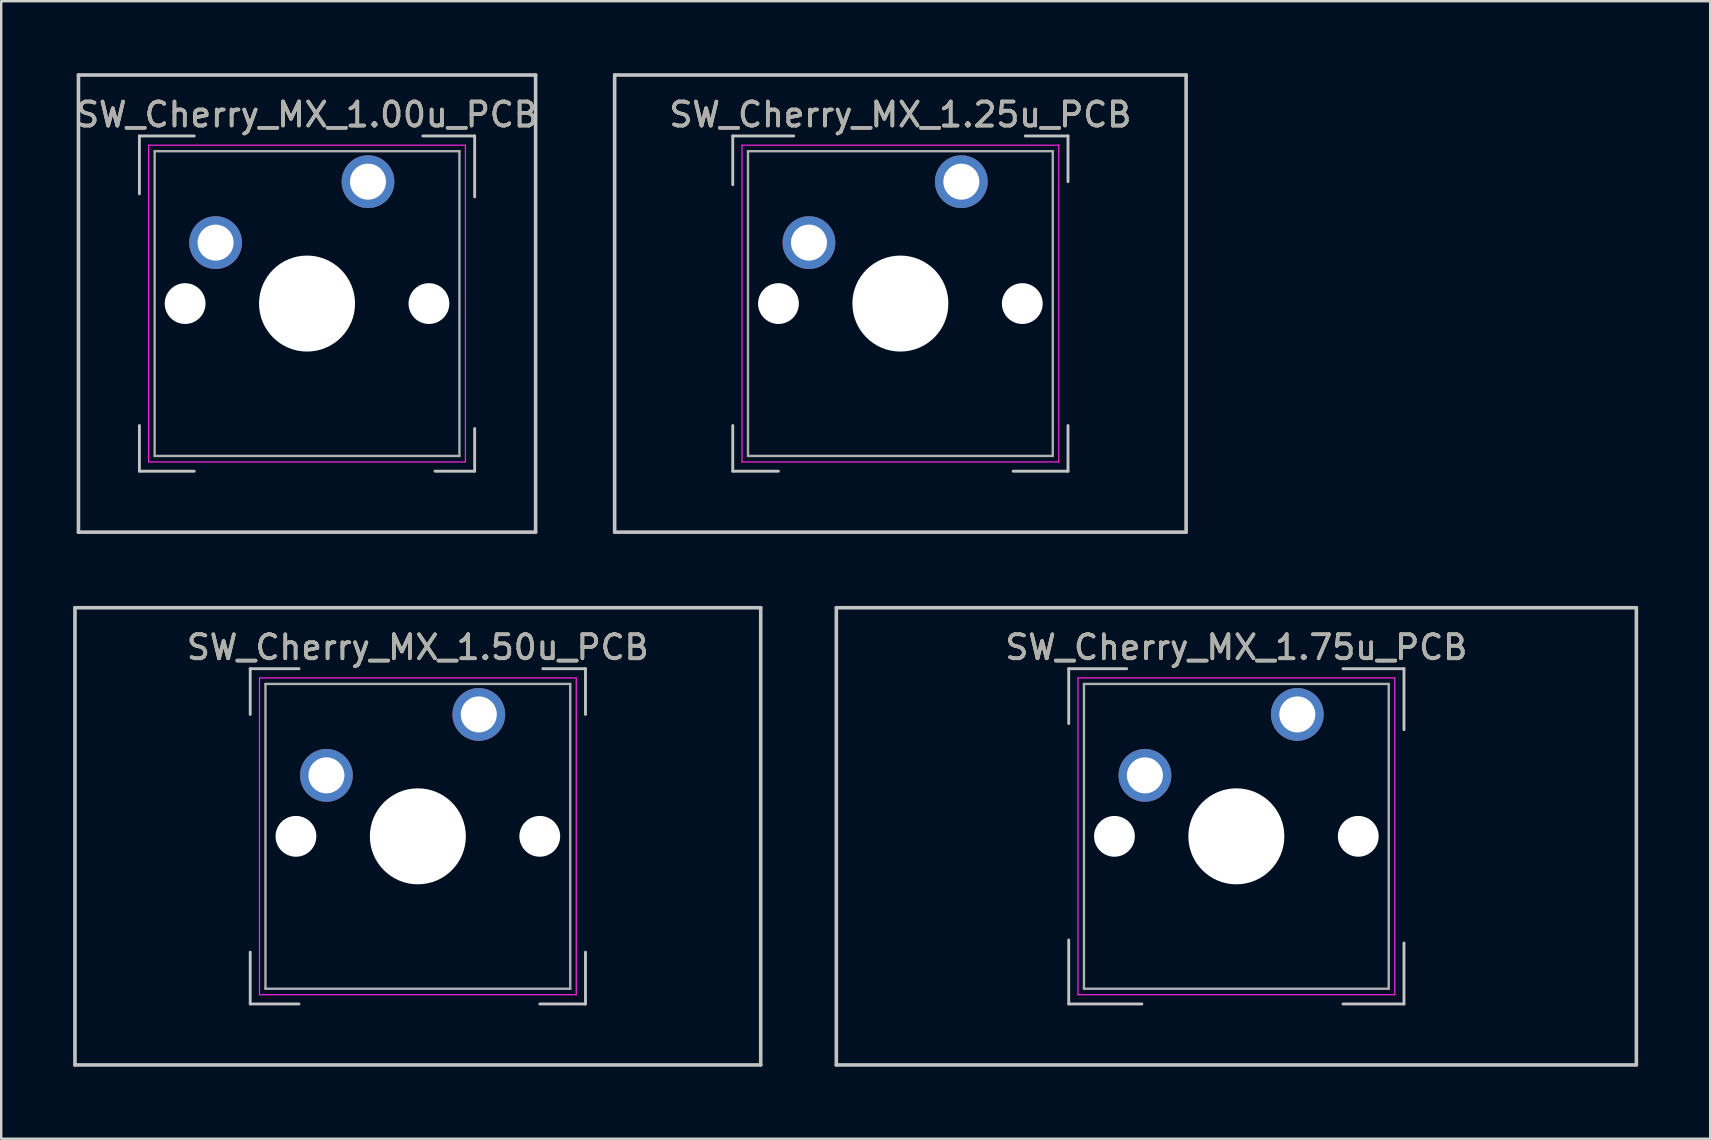
<source format=kicad_pcb>
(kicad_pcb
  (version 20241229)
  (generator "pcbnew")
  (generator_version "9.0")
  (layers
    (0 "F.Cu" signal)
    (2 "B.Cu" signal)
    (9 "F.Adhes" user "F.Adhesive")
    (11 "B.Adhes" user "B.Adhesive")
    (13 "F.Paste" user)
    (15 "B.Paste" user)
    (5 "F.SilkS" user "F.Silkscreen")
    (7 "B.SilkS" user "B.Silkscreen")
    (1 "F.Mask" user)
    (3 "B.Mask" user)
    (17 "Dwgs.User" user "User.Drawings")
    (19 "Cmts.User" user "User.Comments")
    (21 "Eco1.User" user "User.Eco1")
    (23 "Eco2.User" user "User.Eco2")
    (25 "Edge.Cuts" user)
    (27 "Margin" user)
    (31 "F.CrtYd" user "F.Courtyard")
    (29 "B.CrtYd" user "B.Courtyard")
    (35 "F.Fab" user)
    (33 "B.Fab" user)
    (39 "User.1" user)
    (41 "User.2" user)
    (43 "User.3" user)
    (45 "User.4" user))
  (footprint "SW_Cherry_MX_1.25u_PCB"
    (layer "F.Cu")
    (at 37.009 4.52)
    (property "Reference" "SW_Cherry_MX_1.25u_PCB" (at -2.54 -2.794 0) (layer "F.SilkS") (effects (font (size 1 1) (thickness 0.15))))
    (attr through_hole)
    (fp_line (start -14.446 -4.445) (end 9.366 -4.445) (stroke (width 0.15) (type solid)) (layer "Dwgs.User"))
    (fp_line (start -14.446 14.605) (end -14.446 -4.445) (stroke (width 0.15) (type solid)) (layer "Dwgs.User"))
    (fp_line (start -9.525 -1.905) (end -6.985 -1.905) (stroke (width 0.12) (type solid)) (layer "Dwgs.User"))
    (fp_line (start -9.525 0.127) (end -9.525 -1.905) (stroke (width 0.12) (type solid)) (layer "Dwgs.User"))
    (fp_line (start -9.525 12.065) (end -9.525 10.16) (stroke (width 0.12) (type solid)) (layer "Dwgs.User"))
    (fp_line (start -7.62 12.065) (end -9.525 12.065) (stroke (width 0.12) (type solid)) (layer "Dwgs.User"))
    (fp_line (start 4.445 -1.905) (end 2.667 -1.905) (stroke (width 0.12) (type solid)) (layer "Dwgs.User"))
    (fp_line (start 4.445 -1.905) (end 4.445 0) (stroke (width 0.12) (type solid)) (layer "Dwgs.User"))
    (fp_line (start 4.445 12.065) (end 2.159 12.065) (stroke (width 0.12) (type solid)) (layer "Dwgs.User"))
    (fp_line (start 4.445 12.065) (end 4.445 10.16) (stroke (width 0.12) (type solid)) (layer "Dwgs.User"))
    (fp_line (start 9.366 -4.445) (end 9.366 14.605) (stroke (width 0.15) (type solid)) (layer "Dwgs.User"))
    (fp_line (start 9.366 14.605) (end -14.446 14.605) (stroke (width 0.15) (type solid)) (layer "Dwgs.User"))
    (fp_line (start -9.14 -1.52) (end 4.06 -1.52) (stroke (width 0.05) (type solid)) (layer "F.CrtYd"))
    (fp_line (start -9.14 11.68) (end -9.14 -1.52) (stroke (width 0.05) (type solid)) (layer "F.CrtYd"))
    (fp_line (start 4.06 -1.52) (end 4.06 11.68) (stroke (width 0.05) (type solid)) (layer "F.CrtYd"))
    (fp_line (start 4.06 11.68) (end -9.14 11.68) (stroke (width 0.05) (type solid)) (layer "F.CrtYd"))
    (fp_line (start -8.89 -1.27) (end 3.81 -1.27) (stroke (width 0.1) (type solid)) (layer "F.Fab"))
    (fp_line (start -8.89 11.43) (end -8.89 -1.27) (stroke (width 0.1) (type solid)) (layer "F.Fab"))
    (fp_line (start 3.81 -1.27) (end 3.81 11.43) (stroke (width 0.1) (type solid)) (layer "F.Fab"))
    (fp_line (start 3.81 11.43) (end -8.89 11.43) (stroke (width 0.1) (type solid)) (layer "F.Fab"))
    (fp_text user "${REFERENCE}" (at -2.54 -2.794 0) (layer "F.Fab") (effects (font (size 1 1) (thickness 0.15))))
    (pad "" np_thru_hole circle (at -7.62 5.08) (size 1.7 1.7) (drill 1.7) (layers "*.Cu" "*.Mask"))
    (pad "" np_thru_hole circle (at -2.54 5.08) (size 4 4) (drill 4) (layers "*.Cu" "*.Mask"))
    (pad "" np_thru_hole circle (at 2.54 5.08) (size 1.7 1.7) (drill 1.7) (layers "*.Cu" "*.Mask"))
    (pad "1" thru_hole circle (at -6.35 2.54) (size 2.2 2.2) (drill 1.5) (layers "*.Cu" "*.Mask"))
    (pad "2" thru_hole circle (at 0 0) (size 2.2 2.2) (drill 1.5) (layers "*.Cu" "*.Mask")))
  (footprint "SW_Cherry_MX_1.00u_PCB"
    (layer "F.Cu")
    (at 12.284 4.52)
    (property "Reference" "SW_Cherry_MX_1.00u_PCB" (at -2.54 -2.794 0) (layer "F.SilkS") (effects (font (size 1 1) (thickness 0.15))))
    (attr through_hole)
    (fp_line (start -12.065 -4.445) (end 6.985 -4.445) (stroke (width 0.15) (type solid)) (layer "Dwgs.User"))
    (fp_line (start -12.065 14.605) (end -12.065 -4.445) (stroke (width 0.15) (type solid)) (layer "Dwgs.User"))
    (fp_line (start -9.525 -1.905) (end -7.239 -1.905) (stroke (width 0.12) (type solid)) (layer "Dwgs.User"))
    (fp_line (start -9.525 0.508) (end -9.525 -1.905) (stroke (width 0.12) (type solid)) (layer "Dwgs.User"))
    (fp_line (start -9.525 12.065) (end -9.525 10.16) (stroke (width 0.12) (type solid)) (layer "Dwgs.User"))
    (fp_line (start -9.525 12.065) (end -7.239 12.065) (stroke (width 0.12) (type solid)) (layer "Dwgs.User"))
    (fp_line (start 2.286 -1.905) (end 4.445 -1.905) (stroke (width 0.12) (type solid)) (layer "Dwgs.User"))
    (fp_line (start 4.445 -1.905) (end 4.445 0.635) (stroke (width 0.12) (type solid)) (layer "Dwgs.User"))
    (fp_line (start 4.445 10.287) (end 4.445 12.065) (stroke (width 0.12) (type solid)) (layer "Dwgs.User"))
    (fp_line (start 4.445 12.065) (end 2.794 12.065) (stroke (width 0.12) (type solid)) (layer "Dwgs.User"))
    (fp_line (start 6.985 -4.445) (end 6.985 14.605) (stroke (width 0.15) (type solid)) (layer "Dwgs.User"))
    (fp_line (start 6.985 14.605) (end -12.065 14.605) (stroke (width 0.15) (type solid)) (layer "Dwgs.User"))
    (fp_line (start -9.14 -1.52) (end 4.06 -1.52) (stroke (width 0.05) (type solid)) (layer "F.CrtYd"))
    (fp_line (start -9.14 11.68) (end -9.14 -1.52) (stroke (width 0.05) (type solid)) (layer "F.CrtYd"))
    (fp_line (start 4.06 -1.52) (end 4.06 11.68) (stroke (width 0.05) (type solid)) (layer "F.CrtYd"))
    (fp_line (start 4.06 11.68) (end -9.14 11.68) (stroke (width 0.05) (type solid)) (layer "F.CrtYd"))
    (fp_line (start -8.89 -1.27) (end 3.81 -1.27) (stroke (width 0.1) (type solid)) (layer "F.Fab"))
    (fp_line (start -8.89 11.43) (end -8.89 -1.27) (stroke (width 0.1) (type solid)) (layer "F.Fab"))
    (fp_line (start 3.81 -1.27) (end 3.81 11.43) (stroke (width 0.1) (type solid)) (layer "F.Fab"))
    (fp_line (start 3.81 11.43) (end -8.89 11.43) (stroke (width 0.1) (type solid)) (layer "F.Fab"))
    (fp_text user "${REFERENCE}" (at -2.54 -2.794 0) (layer "F.Fab") (effects (font (size 1 1) (thickness 0.15))))
    (pad "" np_thru_hole circle (at -7.62 5.08) (size 1.7 1.7) (drill 1.7) (layers "*.Cu" "*.Mask"))
    (pad "" np_thru_hole circle (at -2.54 5.08) (size 4 4) (drill 4) (layers "*.Cu" "*.Mask"))
    (pad "" np_thru_hole circle (at 2.54 5.08) (size 1.7 1.7) (drill 1.7) (layers "*.Cu" "*.Mask"))
    (pad "1" thru_hole circle (at -6.35 2.54) (size 2.2 2.2) (drill 1.5) (layers "*.Cu" "*.Mask"))
    (pad "2" thru_hole circle (at 0 0) (size 2.2 2.2) (drill 1.5) (layers "*.Cu" "*.Mask")))
  (footprint "SW_Cherry_MX_1.50u_PCB"
    (layer "F.Cu")
    (at 16.902 26.72)
    (property "Reference" "SW_Cherry_MX_1.50u_PCB" (at -2.54 -2.794 0) (layer "F.SilkS") (effects (font (size 1 1) (thickness 0.15))))
    (attr through_hole)
    (fp_line (start -16.828 -4.445) (end 11.748 -4.445) (stroke (width 0.15) (type solid)) (layer "Dwgs.User"))
    (fp_line (start -16.828 14.605) (end -16.828 -4.445) (stroke (width 0.15) (type solid)) (layer "Dwgs.User"))
    (fp_line (start -9.525 -1.905) (end -9.525 0) (stroke (width 0.12) (type solid)) (layer "Dwgs.User"))
    (fp_line (start -9.525 -1.905) (end -7.493 -1.905) (stroke (width 0.12) (type solid)) (layer "Dwgs.User"))
    (fp_line (start -9.525 12.065) (end -9.525 9.906) (stroke (width 0.12) (type solid)) (layer "Dwgs.User"))
    (fp_line (start -7.493 12.065) (end -9.525 12.065) (stroke (width 0.12) (type solid)) (layer "Dwgs.User"))
    (fp_line (start 4.445 -1.905) (end 2.667 -1.905) (stroke (width 0.12) (type solid)) (layer "Dwgs.User"))
    (fp_line (start 4.445 -1.905) (end 4.445 0) (stroke (width 0.12) (type solid)) (layer "Dwgs.User"))
    (fp_line (start 4.445 9.906) (end 4.445 12.065) (stroke (width 0.12) (type solid)) (layer "Dwgs.User"))
    (fp_line (start 4.445 12.065) (end 2.54 12.065) (stroke (width 0.12) (type solid)) (layer "Dwgs.User"))
    (fp_line (start 11.748 -4.445) (end 11.748 14.605) (stroke (width 0.15) (type solid)) (layer "Dwgs.User"))
    (fp_line (start 11.748 14.605) (end -16.828 14.605) (stroke (width 0.15) (type solid)) (layer "Dwgs.User"))
    (fp_line (start -9.14 -1.52) (end 4.06 -1.52) (stroke (width 0.05) (type solid)) (layer "F.CrtYd"))
    (fp_line (start -9.14 11.68) (end -9.14 -1.52) (stroke (width 0.05) (type solid)) (layer "F.CrtYd"))
    (fp_line (start 4.06 -1.52) (end 4.06 11.68) (stroke (width 0.05) (type solid)) (layer "F.CrtYd"))
    (fp_line (start 4.06 11.68) (end -9.14 11.68) (stroke (width 0.05) (type solid)) (layer "F.CrtYd"))
    (fp_line (start -8.89 -1.27) (end 3.81 -1.27) (stroke (width 0.1) (type solid)) (layer "F.Fab"))
    (fp_line (start -8.89 11.43) (end -8.89 -1.27) (stroke (width 0.1) (type solid)) (layer "F.Fab"))
    (fp_line (start 3.81 -1.27) (end 3.81 11.43) (stroke (width 0.1) (type solid)) (layer "F.Fab"))
    (fp_line (start 3.81 11.43) (end -8.89 11.43) (stroke (width 0.1) (type solid)) (layer "F.Fab"))
    (fp_text user "${REFERENCE}" (at -2.54 -2.794 0) (layer "F.Fab") (effects (font (size 1 1) (thickness 0.15))))
    (pad "" np_thru_hole circle (at -7.62 5.08) (size 1.7 1.7) (drill 1.7) (layers "*.Cu" "*.Mask"))
    (pad "" np_thru_hole circle (at -2.54 5.08) (size 4 4) (drill 4) (layers "*.Cu" "*.Mask"))
    (pad "" np_thru_hole circle (at 2.54 5.08) (size 1.7 1.7) (drill 1.7) (layers "*.Cu" "*.Mask"))
    (pad "1" thru_hole circle (at -6.35 2.54) (size 2.2 2.2) (drill 1.5) (layers "*.Cu" "*.Mask"))
    (pad "2" thru_hole circle (at 0 0) (size 2.2 2.2) (drill 1.5) (layers "*.Cu" "*.Mask")))
  (footprint "SW_Cherry_MX_1.75u_PCB"
    (layer "F.Cu")
    (at 51.009 26.72)
    (property "Reference" "SW_Cherry_MX_1.75u_PCB" (at -2.54 -2.794 0) (layer "F.SilkS") (effects (font (size 1 1) (thickness 0.15))))
    (attr through_hole)
    (fp_line (start -19.209 -4.445) (end 14.129 -4.445) (stroke (width 0.15) (type solid)) (layer "Dwgs.User"))
    (fp_line (start -19.209 14.605) (end -19.209 -4.445) (stroke (width 0.15) (type solid)) (layer "Dwgs.User"))
    (fp_line (start -9.525 -1.905) (end -7.112 -1.905) (stroke (width 0.12) (type solid)) (layer "Dwgs.User"))
    (fp_line (start -9.525 0.381) (end -9.525 -1.905) (stroke (width 0.12) (type solid)) (layer "Dwgs.User"))
    (fp_line (start -9.525 12.065) (end -9.525 9.398) (stroke (width 0.12) (type solid)) (layer "Dwgs.User"))
    (fp_line (start -6.477 12.065) (end -9.525 12.065) (stroke (width 0.12) (type solid)) (layer "Dwgs.User"))
    (fp_line (start 4.445 -1.905) (end 1.905 -1.905) (stroke (width 0.12) (type solid)) (layer "Dwgs.User"))
    (fp_line (start 4.445 -1.905) (end 4.445 0.635) (stroke (width 0.12) (type solid)) (layer "Dwgs.User"))
    (fp_line (start 4.445 9.525) (end 4.445 12.065) (stroke (width 0.12) (type solid)) (layer "Dwgs.User"))
    (fp_line (start 4.445 12.065) (end 1.905 12.065) (stroke (width 0.12) (type solid)) (layer "Dwgs.User"))
    (fp_line (start 14.129 -4.445) (end 14.129 14.605) (stroke (width 0.15) (type solid)) (layer "Dwgs.User"))
    (fp_line (start 14.129 14.605) (end -19.209 14.605) (stroke (width 0.15) (type solid)) (layer "Dwgs.User"))
    (fp_line (start -9.14 -1.52) (end 4.06 -1.52) (stroke (width 0.05) (type solid)) (layer "F.CrtYd"))
    (fp_line (start -9.14 11.68) (end -9.14 -1.52) (stroke (width 0.05) (type solid)) (layer "F.CrtYd"))
    (fp_line (start 4.06 -1.52) (end 4.06 11.68) (stroke (width 0.05) (type solid)) (layer "F.CrtYd"))
    (fp_line (start 4.06 11.68) (end -9.14 11.68) (stroke (width 0.05) (type solid)) (layer "F.CrtYd"))
    (fp_line (start -8.89 -1.27) (end 3.81 -1.27) (stroke (width 0.1) (type solid)) (layer "F.Fab"))
    (fp_line (start -8.89 11.43) (end -8.89 -1.27) (stroke (width 0.1) (type solid)) (layer "F.Fab"))
    (fp_line (start 3.81 -1.27) (end 3.81 11.43) (stroke (width 0.1) (type solid)) (layer "F.Fab"))
    (fp_line (start 3.81 11.43) (end -8.89 11.43) (stroke (width 0.1) (type solid)) (layer "F.Fab"))
    (fp_text user "${REFERENCE}" (at -2.54 -2.794 0) (layer "F.Fab") (effects (font (size 1 1) (thickness 0.15))))
    (pad "" np_thru_hole circle (at -7.62 5.08) (size 1.7 1.7) (drill 1.7) (layers "*.Cu" "*.Mask"))
    (pad "" np_thru_hole circle (at -2.54 5.08) (size 4 4) (drill 4) (layers "*.Cu" "*.Mask"))
    (pad "" np_thru_hole circle (at 2.54 5.08) (size 1.7 1.7) (drill 1.7) (layers "*.Cu" "*.Mask"))
    (pad "1" thru_hole circle (at -6.35 2.54) (size 2.2 2.2) (drill 1.5) (layers "*.Cu" "*.Mask"))
    (pad "2" thru_hole circle (at 0 0) (size 2.2 2.2) (drill 1.5) (layers "*.Cu" "*.Mask")))
  (gr_rect
    (start -3 -3)
    (end 68.213 44.4)
    (stroke (width 0.1) (type default))
    (fill no)
    (layer "Edge.Cuts")))
</source>
